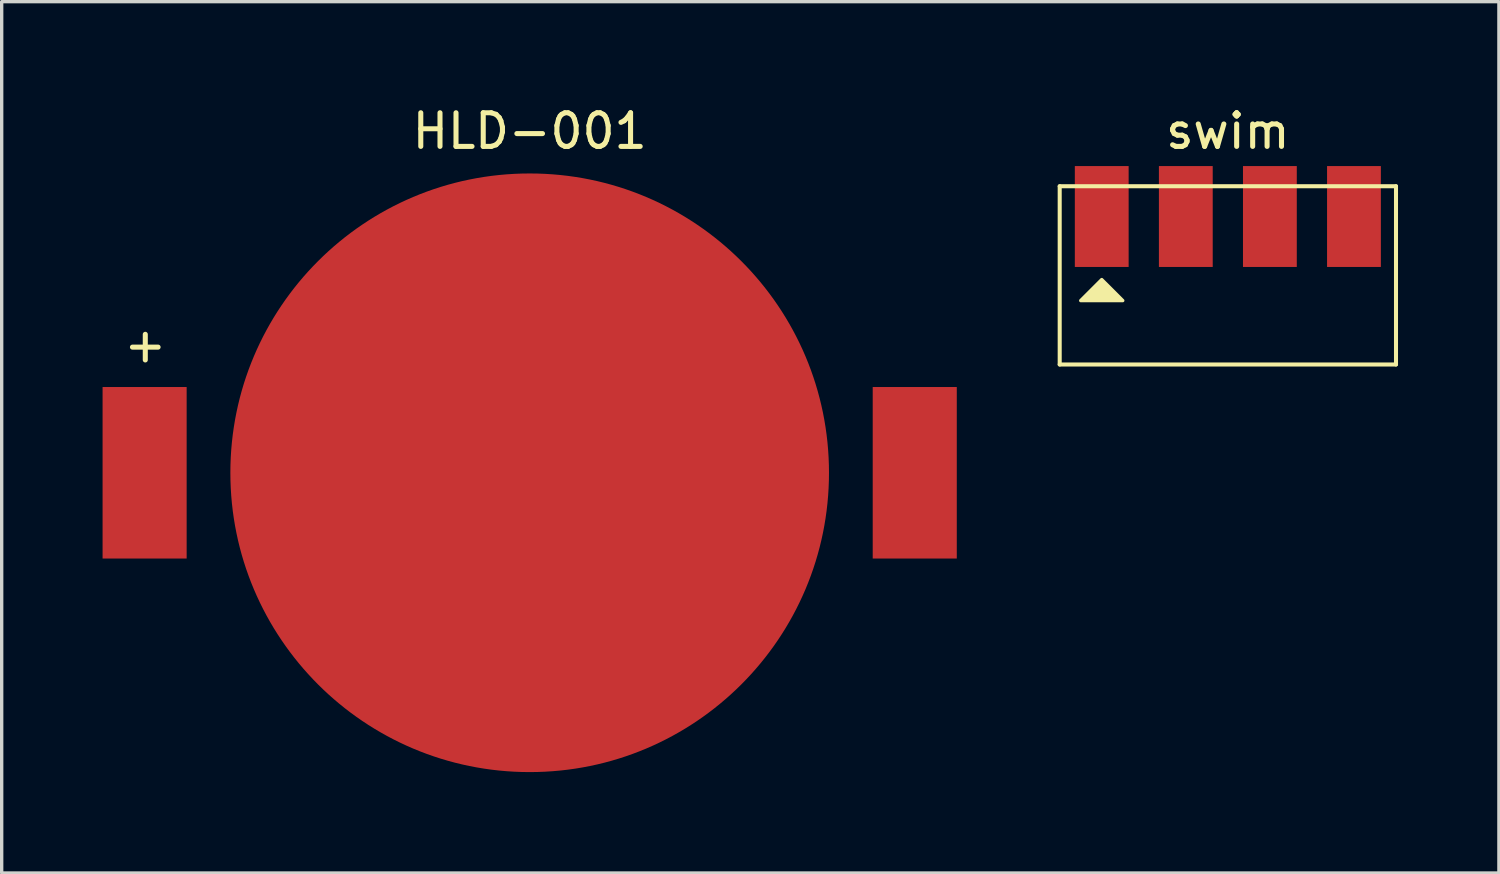
<source format=kicad_pcb>
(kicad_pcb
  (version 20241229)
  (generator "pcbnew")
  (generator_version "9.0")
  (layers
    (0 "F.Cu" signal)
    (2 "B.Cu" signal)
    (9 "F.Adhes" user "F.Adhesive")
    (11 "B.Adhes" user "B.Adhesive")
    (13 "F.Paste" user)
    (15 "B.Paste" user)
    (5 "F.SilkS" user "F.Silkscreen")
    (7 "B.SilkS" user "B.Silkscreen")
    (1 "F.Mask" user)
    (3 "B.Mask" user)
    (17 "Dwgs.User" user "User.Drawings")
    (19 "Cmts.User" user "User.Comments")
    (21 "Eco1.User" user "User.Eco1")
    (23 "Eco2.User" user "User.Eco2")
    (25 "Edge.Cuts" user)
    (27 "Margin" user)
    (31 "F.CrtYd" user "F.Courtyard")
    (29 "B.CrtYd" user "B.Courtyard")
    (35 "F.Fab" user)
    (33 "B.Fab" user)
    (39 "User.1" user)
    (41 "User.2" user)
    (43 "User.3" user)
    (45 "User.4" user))
  (footprint "swim"
    (layer "F.Cu")
    (at 33.46 3.388)
    (property "Reference" "swim" (at 0 -2.54 0) (layer "F.SilkS") (effects (font (size 1 1) (thickness 0.15))))
    (attr through_hole)
    (fp_line (start -5 -0.9) (end -5 4.4) (stroke (width 0.12) (type solid)) (layer "F.SilkS"))
    (fp_line (start -5 -0.9) (end 5 -0.9) (stroke (width 0.12) (type solid)) (layer "F.SilkS"))
    (fp_line (start -5 4.4) (end 5 4.4) (stroke (width 0.12) (type solid)) (layer "F.SilkS"))
    (fp_line (start 5 -0.9) (end 5 4.4) (stroke (width 0.12) (type solid)) (layer "F.SilkS"))
    (fp_poly (pts (xy -3.125 2.5) (xy -4.375 2.5) (xy -3.75 1.875)) (stroke (width 0.1) (type solid)) (fill yes) (layer "F.SilkS"))
    (pad "1" smd rect (at -3.75 0) (size 1.6 3) (layers "F.Cu" "F.Mask" "F.Paste"))
    (pad "2" smd rect (at -1.25 0) (size 1.6 3) (layers "F.Cu" "F.Mask" "F.Paste"))
    (pad "3" smd rect (at 1.25 0) (size 1.6 3) (layers "F.Cu" "F.Mask" "F.Paste"))
    (pad "4" smd rect (at 3.75 0) (size 1.6 3) (layers "F.Cu" "F.Mask" "F.Paste")))
  (footprint "HLD-001"
    (layer "F.Cu")
    (at 12.7 11.008)
    (property "Reference" "HLD-001" (at 0 -10.16 0) (layer "F.SilkS") (effects (font (size 1 1) (thickness 0.15))))
    (attr through_hole)
    (fp_text user "+" (at -11.43 -3.81 0) (layer "F.SilkS") (effects (font (size 1 1) (thickness 0.15))))
    (pad "1" smd rect (at -11.45 0) (size 2.5 5.1) (layers "F.Cu" "F.Mask" "F.Paste"))
    (pad "1" smd rect (at 11.45 0) (size 2.5 5.1) (layers "F.Cu" "F.Mask" "F.Paste"))
    (pad "2" smd circle (at 0 0) (size 17.8 17.8) (layers "F.Cu" "F.Mask" "F.Paste")))
  (gr_rect
    (start -3 -3)
    (end 41.52 22.908)
    (stroke (width 0.1) (type default))
    (fill no)
    (layer "Edge.Cuts")))
</source>
